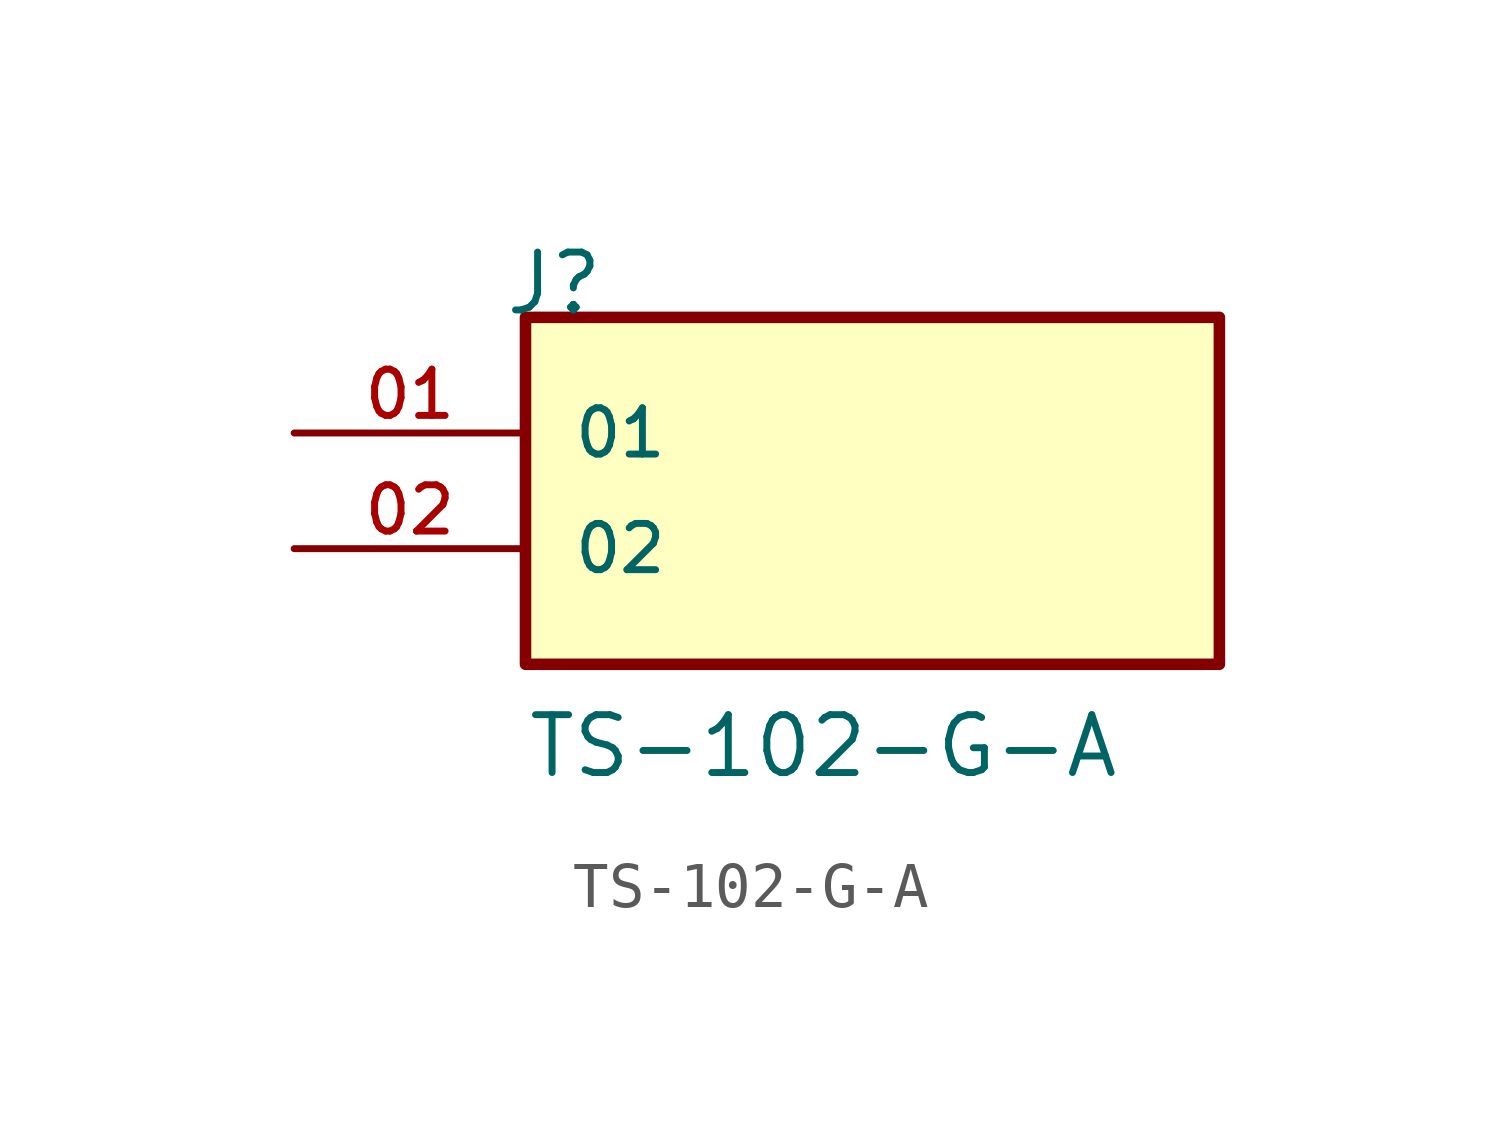
<source format=kicad_sym>
(kicad_symbol_lib
  (version 20211014)
  (generator kicad_symbol_editor)
  (symbol "TS-102-G-A"
    (pin_names
      (offset 1.016))
    (property "Reference" "J"
      (at -8.12 5.08 0)
      (effects (font (size 1.27 1.27)) (justify bottom left)))
    (property "Value" "TS-102-G-A"
      (at -7.62 -5.08 0)
      (effects (font (size 1.27 1.27)) (justify bottom left)))
    (symbol "TS-102-G-A_0_0"
      (rectangle (start -7.62 -2.54) (end 7.62 5.08) (stroke (width 0.254)) (fill (type background)))
      (pin passive line (at -12.7 2.54 0) (length 5.08) (name "01" (effects (font (size 1.016 1.016)))) (number "01" (effects (font (size 1.016 1.016)))))
      (pin passive line (at -12.7 0.0 0) (length 5.08) (name "02" (effects (font (size 1.016 1.016)))) (number "02" (effects (font (size 1.016 1.016))))))))
</source>
